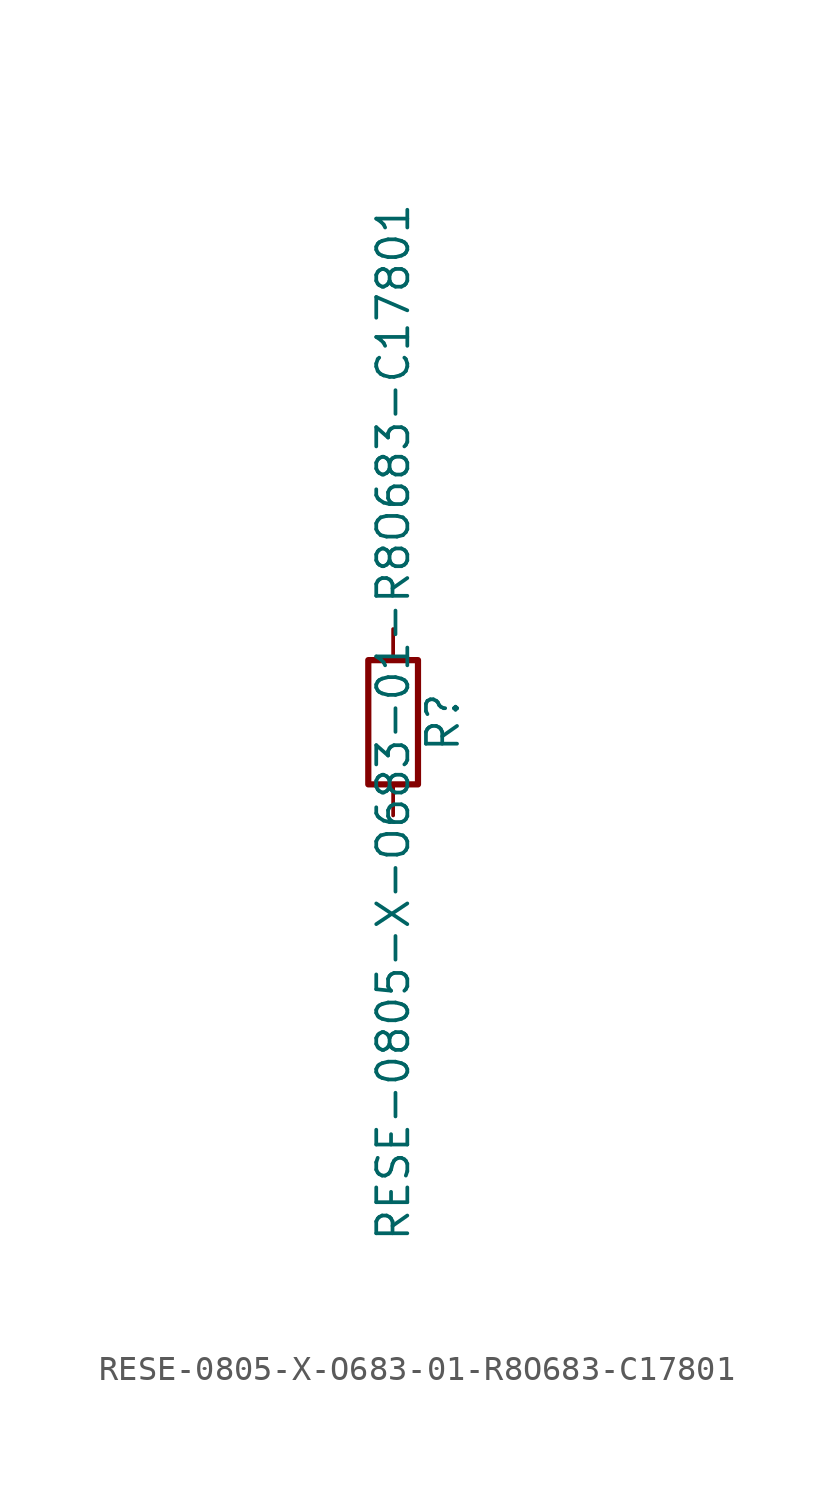
<source format=kicad_sym>
(kicad_symbol_lib
  (version 20211014)
  (generator kicad_symbol_editor)
  (symbol "RESE-0805-X-O683-01-R8O683-C17801"
    (pin_numbers hide)
    (pin_names
      (offset 0))
    (property "Reference" "R"
      (at 2.032 0 90)
      (effects (font (size 1.27 1.27))))
    (property "Value" "RESE-0805-X-O683-01-R8O683-C17801"
      (at 0 0 90)
      (effects (font (size 1.27 1.27))))
    (symbol "RESE-0805-X-O683-01-R8O683-C17801_0_1"
      (rectangle (start -1.016 -2.54) (end 1.016 2.54) (stroke (width 0.254) (type default) (color 0 0 0 0)) (fill (type none))))
    (symbol "RESE-0805-X-O683-01-R8O683-C17801_1_1"
      (pin passive line (at 0 3.81 270) (length 1.27) (name "~" (effects (font (size 1.27 1.27)))) (number "1" (effects (font (size 1.27 1.27)))))
      (pin passive line (at 0 -3.81 90) (length 1.27) (name "~" (effects (font (size 1.27 1.27)))) (number "2" (effects (font (size 1.27 1.27))))))))
</source>
